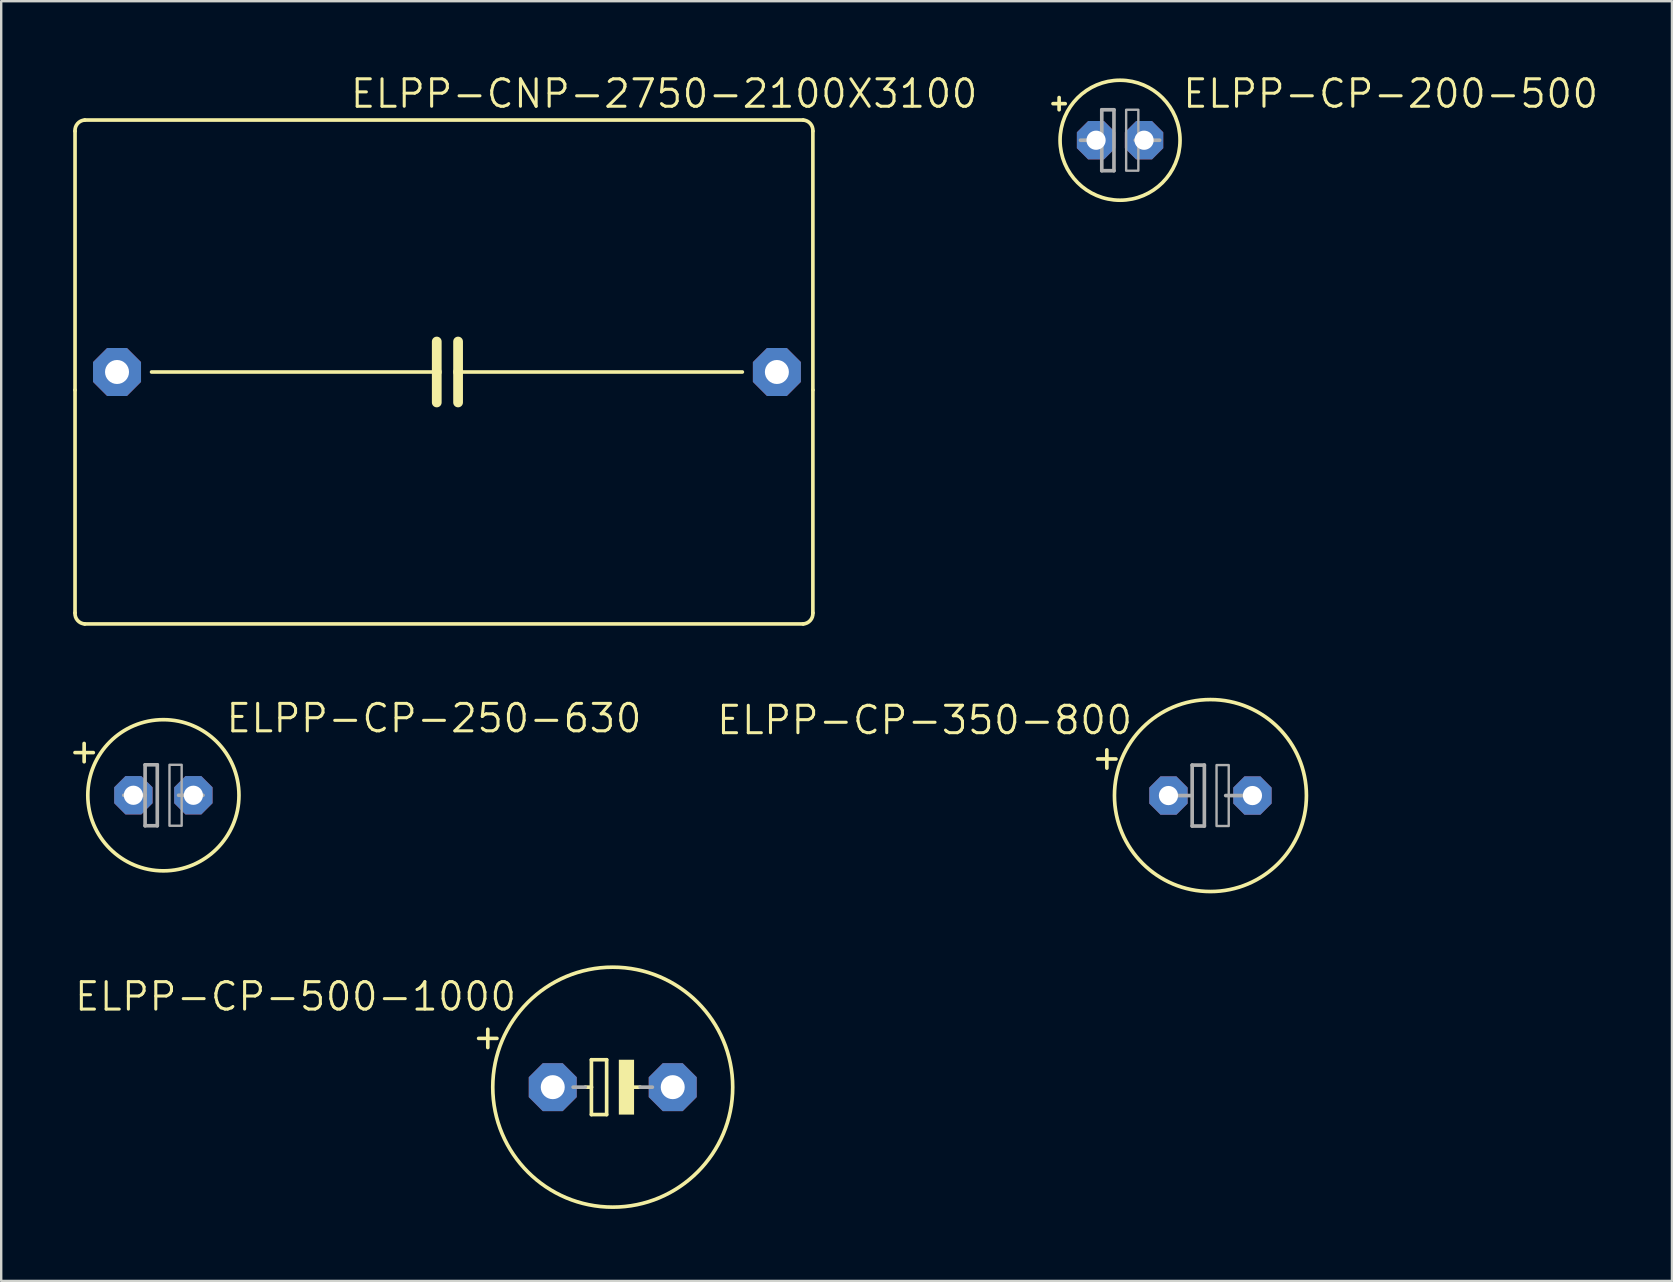
<source format=kicad_pcb>
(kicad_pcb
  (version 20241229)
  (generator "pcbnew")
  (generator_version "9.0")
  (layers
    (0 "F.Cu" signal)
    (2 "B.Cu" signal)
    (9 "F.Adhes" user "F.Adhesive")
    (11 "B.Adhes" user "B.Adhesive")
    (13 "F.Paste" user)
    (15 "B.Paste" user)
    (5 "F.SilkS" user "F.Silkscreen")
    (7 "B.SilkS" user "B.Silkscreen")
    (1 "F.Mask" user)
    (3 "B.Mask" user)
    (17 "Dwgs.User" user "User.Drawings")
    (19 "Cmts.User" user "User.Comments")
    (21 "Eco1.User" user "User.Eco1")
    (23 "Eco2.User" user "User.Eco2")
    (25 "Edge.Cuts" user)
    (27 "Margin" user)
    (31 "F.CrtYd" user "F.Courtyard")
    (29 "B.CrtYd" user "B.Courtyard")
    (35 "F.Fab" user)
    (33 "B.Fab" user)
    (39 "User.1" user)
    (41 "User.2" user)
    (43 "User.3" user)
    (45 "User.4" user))
  (footprint "ELPP-CP-500-1000"
    (layer "F.Cu")
    (at 22.486 42.258)
    (property "Reference" "ELPP-CP-500-1000" (at -3.937 -4.445 0) (unlocked yes) (layer "F.SilkS") (effects (font (size 1.143 1.143) (thickness 0.127)) (justify right top)))
    (fp_line (start -5.207 -2.413) (end -5.207 -1.651) (stroke (width 0.152) (type solid)) (layer "F.SilkS"))
    (fp_line (start -4.826 -2.032) (end -5.588 -2.032) (stroke (width 0.152) (type solid)) (layer "F.SilkS"))
    (fp_line (start -1.143 0) (end -0.889 0) (stroke (width 0.152) (type solid)) (layer "F.SilkS"))
    (fp_line (start -0.889 -1.143) (end -0.889 0) (stroke (width 0.152) (type solid)) (layer "F.SilkS"))
    (fp_line (start -0.889 0) (end -0.889 1.143) (stroke (width 0.152) (type solid)) (layer "F.SilkS"))
    (fp_line (start -0.889 1.143) (end -0.254 1.143) (stroke (width 0.152) (type solid)) (layer "F.SilkS"))
    (fp_line (start -0.254 -1.143) (end -0.889 -1.143) (stroke (width 0.152) (type solid)) (layer "F.SilkS"))
    (fp_line (start -0.254 1.143) (end -0.254 -1.143) (stroke (width 0.152) (type solid)) (layer "F.SilkS"))
    (fp_line (start 0.635 0) (end 1.143 0) (stroke (width 0.152) (type solid)) (layer "F.SilkS"))
    (fp_circle (center 0 0) (end 5 0) (stroke (width 0.152) (type solid)) (fill no) (layer "F.SilkS"))
    (fp_poly (pts (xy 0.254 1.143) (xy 0.889 1.143) (xy 0.889 -1.143) (xy 0.254 -1.143)) (stroke (width 0) (type default)) (fill yes) (layer "F.SilkS"))
    (fp_line (start -1.651 0) (end -1.143 0) (stroke (width 0.152) (type solid)) (layer "F.Fab"))
    (fp_line (start 1.143 0) (end 1.651 0) (stroke (width 0.152) (type solid)) (layer "F.Fab"))
    (pad "+" thru_hole roundrect (at -2.5 0) (size 2 2) (drill 1) (layers "*.Cu" "*.Mask") (roundrect_rratio 0.25) (chamfer_ratio 0.293) (chamfer top_left top_right bottom_left bottom_right))
    (pad "-" thru_hole roundrect (at 2.5 0) (size 2 2) (drill 1) (layers "*.Cu" "*.Mask") (roundrect_rratio 0.25) (chamfer_ratio 0.293) (chamfer top_left top_right bottom_left bottom_right)))
  (footprint "ELPP-CP-200-500"
    (layer "F.Cu")
    (at 43.629 2.794)
    (property "Reference" "ELPP-CP-200-500" (at 2.54 -1.27 0) (unlocked yes) (layer "F.SilkS") (effects (font (size 1.143 1.143) (thickness 0.127)) (justify left bottom)))
    (fp_line (start -2.794 -1.524) (end -2.54 -1.524) (stroke (width 0.152) (type solid)) (layer "F.SilkS"))
    (fp_line (start -2.54 -1.524) (end -2.54 -1.778) (stroke (width 0.152) (type solid)) (layer "F.SilkS"))
    (fp_line (start -2.54 -1.524) (end -2.286 -1.524) (stroke (width 0.152) (type solid)) (layer "F.SilkS"))
    (fp_line (start -2.54 -1.27) (end -2.54 -1.524) (stroke (width 0.152) (type solid)) (layer "F.SilkS"))
    (fp_circle (center 0 0) (end 2.5 0) (stroke (width 0.152) (type solid)) (fill no) (layer "F.SilkS"))
    (fp_line (start -1.651 0) (end -0.762 0) (stroke (width 0.152) (type solid)) (layer "F.Fab"))
    (fp_line (start -0.762 -1.27) (end -0.762 0) (stroke (width 0.152) (type solid)) (layer "F.Fab"))
    (fp_line (start -0.762 0) (end -0.762 1.27) (stroke (width 0.152) (type solid)) (layer "F.Fab"))
    (fp_line (start -0.762 1.27) (end -0.254 1.27) (stroke (width 0.152) (type solid)) (layer "F.Fab"))
    (fp_line (start -0.254 -1.27) (end -0.762 -1.27) (stroke (width 0.152) (type solid)) (layer "F.Fab"))
    (fp_line (start -0.254 1.27) (end -0.254 -1.27) (stroke (width 0.152) (type solid)) (layer "F.Fab"))
    (fp_line (start 0.635 0) (end 1.651 0) (stroke (width 0.152) (type solid)) (layer "F.Fab"))
    (fp_poly (pts (xy 0.254 1.27) (xy 0.762 1.27) (xy 0.762 -1.27) (xy 0.254 -1.27)) (stroke (width 0.1) (type default)) (fill no) (layer "F.Fab"))
    (pad "+" thru_hole roundrect (at -1 0) (size 1.6 1.6) (drill 0.8) (layers "*.Cu" "*.Mask") (roundrect_rratio 0.25) (chamfer_ratio 0.293) (chamfer top_left top_right bottom_left bottom_right))
    (pad "-" thru_hole roundrect (at 1 0) (size 1.6 1.6) (drill 0.8) (layers "*.Cu" "*.Mask") (roundrect_rratio 0.25) (chamfer_ratio 0.293) (chamfer top_left top_right bottom_left bottom_right)))
  (footprint "ELPP-CP-250-630"
    (layer "F.Cu")
    (at 3.759 30.093)
    (property "Reference" "ELPP-CP-250-630" (at 2.54 -2.54 0) (unlocked yes) (layer "F.SilkS") (effects (font (size 1.143 1.143) (thickness 0.127)) (justify left bottom)))
    (fp_line (start -3.683 -1.778) (end -3.302 -1.778) (stroke (width 0.152) (type solid)) (layer "F.SilkS"))
    (fp_line (start -3.302 -1.778) (end -3.302 -2.159) (stroke (width 0.152) (type solid)) (layer "F.SilkS"))
    (fp_line (start -3.302 -1.778) (end -2.921 -1.778) (stroke (width 0.152) (type solid)) (layer "F.SilkS"))
    (fp_line (start -3.302 -1.397) (end -3.302 -1.778) (stroke (width 0.152) (type solid)) (layer "F.SilkS"))
    (fp_circle (center 0 0) (end 3.15 0) (stroke (width 0.152) (type solid)) (fill no) (layer "F.SilkS"))
    (fp_line (start -1.651 0) (end -0.762 0) (stroke (width 0.152) (type solid)) (layer "F.Fab"))
    (fp_line (start -0.762 -1.27) (end -0.762 0) (stroke (width 0.152) (type solid)) (layer "F.Fab"))
    (fp_line (start -0.762 0) (end -0.762 1.27) (stroke (width 0.152) (type solid)) (layer "F.Fab"))
    (fp_line (start -0.762 1.27) (end -0.254 1.27) (stroke (width 0.152) (type solid)) (layer "F.Fab"))
    (fp_line (start -0.254 -1.27) (end -0.762 -1.27) (stroke (width 0.152) (type solid)) (layer "F.Fab"))
    (fp_line (start -0.254 1.27) (end -0.254 -1.27) (stroke (width 0.152) (type solid)) (layer "F.Fab"))
    (fp_line (start 0.635 0) (end 1.651 0) (stroke (width 0.152) (type solid)) (layer "F.Fab"))
    (fp_poly (pts (xy 0.254 1.27) (xy 0.762 1.27) (xy 0.762 -1.27) (xy 0.254 -1.27)) (stroke (width 0.1) (type default)) (fill no) (layer "F.Fab"))
    (pad "+" thru_hole roundrect (at -1.25 0) (size 1.6 1.6) (drill 0.8) (layers "*.Cu" "*.Mask") (roundrect_rratio 0.25) (chamfer_ratio 0.293) (chamfer top_left top_right bottom_left bottom_right))
    (pad "-" thru_hole roundrect (at 1.25 0) (size 1.6 1.6) (drill 0.8) (layers "*.Cu" "*.Mask") (roundrect_rratio 0.25) (chamfer_ratio 0.293) (chamfer top_left top_right bottom_left bottom_right)))
  (footprint "ELPP-CNP-2750-2100X3100"
    (layer "F.Cu")
    (at 15.577 12.453)
    (property "Reference" "ELPP-CNP-2750-2100X3100" (at -4.096 -10.929 0) (unlocked yes) (layer "F.SilkS") (effects (font (size 1.143 1.143) (thickness 0.127)) (justify left bottom)))
    (fp_line (start -15.5 0.75) (end -15.5 -10.04) (stroke (width 0.152) (type solid)) (layer "F.SilkS"))
    (fp_line (start -15.5 10.04) (end -15.5 0.75) (stroke (width 0.152) (type solid)) (layer "F.SilkS"))
    (fp_line (start -15.096 -10.5) (end 14.846 -10.5) (stroke (width 0.152) (type solid)) (layer "F.SilkS"))
    (fp_line (start -12.31 0) (end -0.425 0) (stroke (width 0.152) (type solid)) (layer "F.SilkS"))
    (fp_line (start -0.425 -1.27) (end -0.425 0) (stroke (width 0.406) (type solid)) (layer "F.SilkS"))
    (fp_line (start -0.425 0) (end -0.425 1.27) (stroke (width 0.406) (type solid)) (layer "F.SilkS"))
    (fp_line (start 0.464 -1.27) (end 0.464 0) (stroke (width 0.406) (type solid)) (layer "F.SilkS"))
    (fp_line (start 0.464 0) (end 0.464 1.27) (stroke (width 0.406) (type solid)) (layer "F.SilkS"))
    (fp_line (start 12.31 0) (end 0.464 0) (stroke (width 0.152) (type solid)) (layer "F.SilkS"))
    (fp_line (start 14.846 10.5) (end -15.096 10.5) (stroke (width 0.152) (type solid)) (layer "F.SilkS"))
    (fp_line (start 15.25 -10.04) (end 15.25 0.75) (stroke (width 0.152) (type solid)) (layer "F.SilkS"))
    (fp_line (start 15.25 0.75) (end 15.25 10.04) (stroke (width 0.152) (type solid)) (layer "F.SilkS"))
    (fp_arc (start -15.5 -10.04) (mid -15.393269 -10.353671) (end -15.096 -10.5) (stroke (width 0.1524) (type solid)) (layer "F.SilkS"))
    (fp_arc (start -15.096 10.5) (mid -15.393269 10.353671) (end -15.5 10.04) (stroke (width 0.1524) (type solid)) (layer "F.SilkS"))
    (fp_arc (start 14.846 -10.5) (mid 15.143269 -10.353671) (end 15.25 -10.04) (stroke (width 0.1524) (type solid)) (layer "F.SilkS"))
    (fp_arc (start 15.25 10.04) (mid 15.143269 10.353671) (end 14.846 10.5) (stroke (width 0.1524) (type solid)) (layer "F.SilkS"))
    (pad "1" thru_hole roundrect (at -13.75 0) (size 2 2) (drill 1) (layers "*.Cu" "*.Mask") (roundrect_rratio 0.25) (chamfer_ratio 0.293) (chamfer top_left top_right bottom_left bottom_right))
    (pad "2" thru_hole roundrect (at 13.75 0) (size 2 2) (drill 1) (layers "*.Cu" "*.Mask") (roundrect_rratio 0.25) (chamfer_ratio 0.293) (chamfer top_left top_right bottom_left bottom_right)))
  (footprint "ELPP-CP-350-800"
    (layer "F.Cu")
    (at 47.396 30.105)
    (property "Reference" "ELPP-CP-350-800" (at -3.175 -3.81 0) (unlocked yes) (layer "F.SilkS") (effects (font (size 1.143 1.143) (thickness 0.127)) (justify right top)))
    (fp_line (start -4.699 -1.524) (end -3.937 -1.524) (stroke (width 0.152) (type solid)) (layer "F.SilkS"))
    (fp_line (start -4.318 -1.143) (end -4.318 -1.905) (stroke (width 0.152) (type solid)) (layer "F.SilkS"))
    (fp_circle (center 0 0) (end 4 0) (stroke (width 0.152) (type solid)) (fill no) (layer "F.SilkS"))
    (fp_line (start -1.651 0) (end -0.762 0) (stroke (width 0.152) (type solid)) (layer "F.Fab"))
    (fp_line (start -0.762 -1.27) (end -0.762 0) (stroke (width 0.152) (type solid)) (layer "F.Fab"))
    (fp_line (start -0.762 0) (end -0.762 1.27) (stroke (width 0.152) (type solid)) (layer "F.Fab"))
    (fp_line (start -0.762 1.27) (end -0.254 1.27) (stroke (width 0.152) (type solid)) (layer "F.Fab"))
    (fp_line (start -0.254 -1.27) (end -0.762 -1.27) (stroke (width 0.152) (type solid)) (layer "F.Fab"))
    (fp_line (start -0.254 1.27) (end -0.254 -1.27) (stroke (width 0.152) (type solid)) (layer "F.Fab"))
    (fp_line (start 0.635 0) (end 1.651 0) (stroke (width 0.152) (type solid)) (layer "F.Fab"))
    (fp_poly (pts (xy 0.254 1.27) (xy 0.762 1.27) (xy 0.762 -1.27) (xy 0.254 -1.27)) (stroke (width 0.1) (type default)) (fill no) (layer "F.Fab"))
    (pad "+" thru_hole roundrect (at -1.75 0) (size 1.6 1.6) (drill 0.8) (layers "*.Cu" "*.Mask") (roundrect_rratio 0.25) (chamfer_ratio 0.293) (chamfer top_left top_right bottom_left bottom_right))
    (pad "-" thru_hole roundrect (at 1.75 0) (size 1.6 1.6) (drill 0.8) (layers "*.Cu" "*.Mask") (roundrect_rratio 0.25) (chamfer_ratio 0.293) (chamfer top_left top_right bottom_left bottom_right)))
  (gr_rect
    (start -3 -3)
    (end 66.63 50.334)
    (stroke (width 0.1) (type default))
    (fill no)
    (layer "Edge.Cuts")))
</source>
